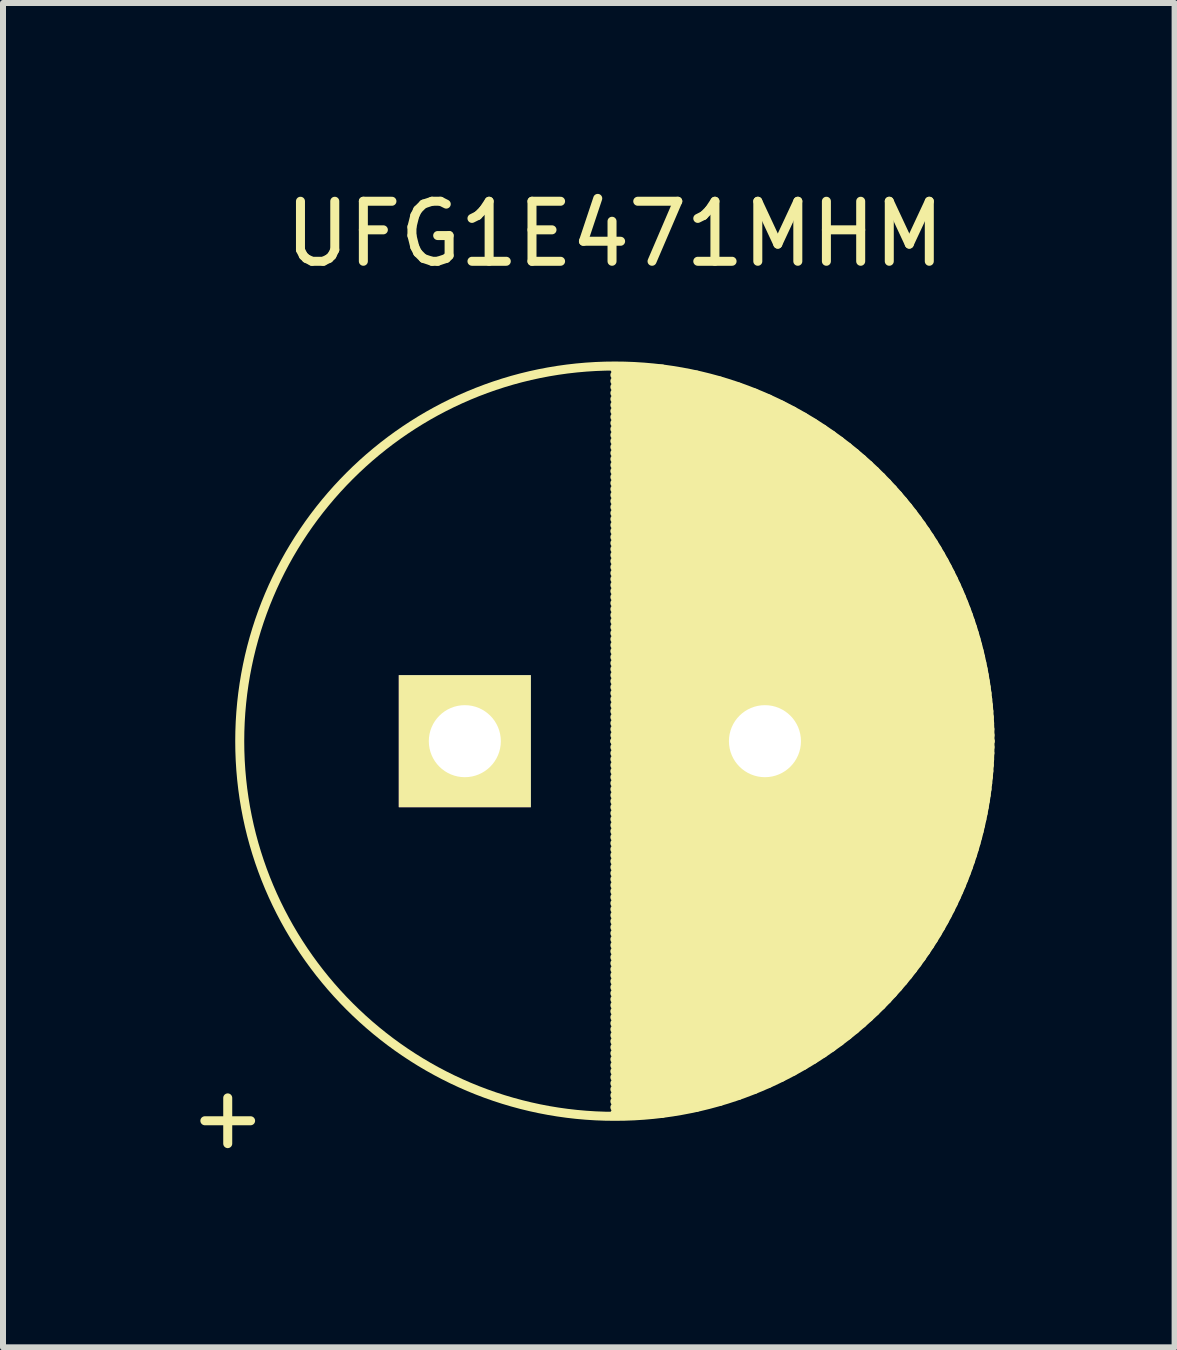
<source format=kicad_pcb>
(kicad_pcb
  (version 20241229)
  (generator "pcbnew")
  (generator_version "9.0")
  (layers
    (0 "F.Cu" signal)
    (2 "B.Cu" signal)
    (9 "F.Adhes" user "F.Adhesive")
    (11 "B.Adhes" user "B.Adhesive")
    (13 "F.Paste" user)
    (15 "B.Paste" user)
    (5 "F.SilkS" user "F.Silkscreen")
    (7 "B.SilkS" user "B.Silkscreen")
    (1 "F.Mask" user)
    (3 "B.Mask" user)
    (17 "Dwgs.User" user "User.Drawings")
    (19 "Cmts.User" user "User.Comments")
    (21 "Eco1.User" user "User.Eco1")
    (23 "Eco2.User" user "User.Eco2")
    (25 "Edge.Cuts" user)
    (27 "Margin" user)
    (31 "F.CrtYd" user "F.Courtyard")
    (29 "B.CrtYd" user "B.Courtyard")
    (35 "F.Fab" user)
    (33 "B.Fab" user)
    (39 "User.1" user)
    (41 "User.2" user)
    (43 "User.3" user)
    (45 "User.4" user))
  (footprint "UFG1E471MHM"
    (layer "F.Cu")
    (at 4.694 9.298)
    (property "Reference" "UFG1E471MHM" (at 2.5 -8.45 0) (layer "F.SilkS") (effects (font (size 1 1) (thickness 0.15))))
    (attr through_hole)
    (fp_line (start 2.5 -6.2) (end 3.289 -6.2) (stroke (width 0.15) (type solid)) (layer "F.SilkS"))
    (fp_line (start 2.5 -6.1) (end 3.861 -6.1) (stroke (width 0.15) (type solid)) (layer "F.SilkS"))
    (fp_line (start 2.5 -6) (end 4.25 -6) (stroke (width 0.15) (type solid)) (layer "F.SilkS"))
    (fp_line (start 2.5 -5.9) (end 4.562 -5.9) (stroke (width 0.15) (type solid)) (layer "F.SilkS"))
    (fp_line (start 2.5 -5.8) (end 4.829 -5.8) (stroke (width 0.15) (type solid)) (layer "F.SilkS"))
    (fp_line (start 2.5 -5.7) (end 5.064 -5.7) (stroke (width 0.15) (type solid)) (layer "F.SilkS"))
    (fp_line (start 2.5 -5.6) (end 5.275 -5.6) (stroke (width 0.15) (type solid)) (layer "F.SilkS"))
    (fp_line (start 2.5 -5.5) (end 5.469 -5.5) (stroke (width 0.15) (type solid)) (layer "F.SilkS"))
    (fp_line (start 2.5 -5.4) (end 5.647 -5.4) (stroke (width 0.15) (type solid)) (layer "F.SilkS"))
    (fp_line (start 2.5 -5.3) (end 5.812 -5.3) (stroke (width 0.15) (type solid)) (layer "F.SilkS"))
    (fp_line (start 2.5 -5.2) (end 5.967 -5.2) (stroke (width 0.15) (type solid)) (layer "F.SilkS"))
    (fp_line (start 2.5 -5.1) (end 6.113 -5.1) (stroke (width 0.15) (type solid)) (layer "F.SilkS"))
    (fp_line (start 2.5 -5) (end 6.25 -5) (stroke (width 0.15) (type solid)) (layer "F.SilkS"))
    (fp_line (start 2.5 -4.9) (end 6.38 -4.9) (stroke (width 0.15) (type solid)) (layer "F.SilkS"))
    (fp_line (start 2.5 -4.8) (end 6.503 -4.8) (stroke (width 0.15) (type solid)) (layer "F.SilkS"))
    (fp_line (start 2.5 -4.7) (end 6.62 -4.7) (stroke (width 0.15) (type solid)) (layer "F.SilkS"))
    (fp_line (start 2.5 -4.6) (end 6.731 -4.6) (stroke (width 0.15) (type solid)) (layer "F.SilkS"))
    (fp_line (start 2.5 -4.5) (end 6.837 -4.5) (stroke (width 0.15) (type solid)) (layer "F.SilkS"))
    (fp_line (start 2.5 -4.4) (end 6.939 -4.4) (stroke (width 0.15) (type solid)) (layer "F.SilkS"))
    (fp_line (start 2.5 -4.3) (end 7.036 -4.3) (stroke (width 0.15) (type solid)) (layer "F.SilkS"))
    (fp_line (start 2.5 -4.2) (end 7.128 -4.2) (stroke (width 0.15) (type solid)) (layer "F.SilkS"))
    (fp_line (start 2.5 -4.1) (end 7.217 -4.1) (stroke (width 0.15) (type solid)) (layer "F.SilkS"))
    (fp_line (start 2.5 -4) (end 7.302 -4) (stroke (width 0.15) (type solid)) (layer "F.SilkS"))
    (fp_line (start 2.5 -3.9) (end 7.384 -3.9) (stroke (width 0.15) (type solid)) (layer "F.SilkS"))
    (fp_line (start 2.5 -3.8) (end 7.462 -3.8) (stroke (width 0.15) (type solid)) (layer "F.SilkS"))
    (fp_line (start 2.5 -3.7) (end 7.537 -3.7) (stroke (width 0.15) (type solid)) (layer "F.SilkS"))
    (fp_line (start 2.5 -3.6) (end 7.609 -3.6) (stroke (width 0.15) (type solid)) (layer "F.SilkS"))
    (fp_line (start 2.5 -3.5) (end 7.678 -3.5) (stroke (width 0.15) (type solid)) (layer "F.SilkS"))
    (fp_line (start 2.5 -3.4) (end 7.744 -3.4) (stroke (width 0.15) (type solid)) (layer "F.SilkS"))
    (fp_line (start 2.5 -3.3) (end 7.808 -3.3) (stroke (width 0.15) (type solid)) (layer "F.SilkS"))
    (fp_line (start 2.5 -3.2) (end 7.869 -3.2) (stroke (width 0.15) (type solid)) (layer "F.SilkS"))
    (fp_line (start 2.5 -3.1) (end 7.927 -3.1) (stroke (width 0.15) (type solid)) (layer "F.SilkS"))
    (fp_line (start 2.5 -3) (end 7.983 -3) (stroke (width 0.15) (type solid)) (layer "F.SilkS"))
    (fp_line (start 2.5 -2.9) (end 8.036 -2.9) (stroke (width 0.15) (type solid)) (layer "F.SilkS"))
    (fp_line (start 2.5 -2.8) (end 8.088 -2.8) (stroke (width 0.15) (type solid)) (layer "F.SilkS"))
    (fp_line (start 2.5 -2.7) (end 8.137 -2.7) (stroke (width 0.15) (type solid)) (layer "F.SilkS"))
    (fp_line (start 2.5 -2.6) (end 8.184 -2.6) (stroke (width 0.15) (type solid)) (layer "F.SilkS"))
    (fp_line (start 2.5 -2.5) (end 8.228 -2.5) (stroke (width 0.15) (type solid)) (layer "F.SilkS"))
    (fp_line (start 2.5 -2.4) (end 8.271 -2.4) (stroke (width 0.15) (type solid)) (layer "F.SilkS"))
    (fp_line (start 2.5 -2.3) (end 8.311 -2.3) (stroke (width 0.15) (type solid)) (layer "F.SilkS"))
    (fp_line (start 2.5 -2.2) (end 8.35 -2.2) (stroke (width 0.15) (type solid)) (layer "F.SilkS"))
    (fp_line (start 2.5 -2.1) (end 8.387 -2.1) (stroke (width 0.15) (type solid)) (layer "F.SilkS"))
    (fp_line (start 2.5 -2) (end 8.421 -2) (stroke (width 0.15) (type solid)) (layer "F.SilkS"))
    (fp_line (start 2.5 -1.9) (end 8.454 -1.9) (stroke (width 0.15) (type solid)) (layer "F.SilkS"))
    (fp_line (start 2.5 -1.8) (end 8.485 -1.8) (stroke (width 0.15) (type solid)) (layer "F.SilkS"))
    (fp_line (start 2.5 -1.7) (end 8.514 -1.7) (stroke (width 0.15) (type solid)) (layer "F.SilkS"))
    (fp_line (start 2.5 -1.6) (end 8.542 -1.6) (stroke (width 0.15) (type solid)) (layer "F.SilkS"))
    (fp_line (start 2.5 -1.5) (end 8.567 -1.5) (stroke (width 0.15) (type solid)) (layer "F.SilkS"))
    (fp_line (start 2.5 -1.4) (end 8.591 -1.4) (stroke (width 0.15) (type solid)) (layer "F.SilkS"))
    (fp_line (start 2.5 -1.3) (end 8.613 -1.3) (stroke (width 0.15) (type solid)) (layer "F.SilkS"))
    (fp_line (start 2.5 -1.2) (end 8.634 -1.2) (stroke (width 0.15) (type solid)) (layer "F.SilkS"))
    (fp_line (start 2.5 -1.1) (end 8.652 -1.1) (stroke (width 0.15) (type solid)) (layer "F.SilkS"))
    (fp_line (start 2.5 -1) (end 8.669 -1) (stroke (width 0.15) (type solid)) (layer "F.SilkS"))
    (fp_line (start 2.5 -0.9) (end 8.685 -0.9) (stroke (width 0.15) (type solid)) (layer "F.SilkS"))
    (fp_line (start 2.5 -0.8) (end 8.699 -0.8) (stroke (width 0.15) (type solid)) (layer "F.SilkS"))
    (fp_line (start 2.5 -0.7) (end 8.711 -0.7) (stroke (width 0.15) (type solid)) (layer "F.SilkS"))
    (fp_line (start 2.5 -0.6) (end 8.721 -0.6) (stroke (width 0.15) (type solid)) (layer "F.SilkS"))
    (fp_line (start 2.5 -0.5) (end 8.73 -0.5) (stroke (width 0.15) (type solid)) (layer "F.SilkS"))
    (fp_line (start 2.5 -0.4) (end 8.737 -0.4) (stroke (width 0.15) (type solid)) (layer "F.SilkS"))
    (fp_line (start 2.5 -0.3) (end 8.743 -0.3) (stroke (width 0.15) (type solid)) (layer "F.SilkS"))
    (fp_line (start 2.5 -0.2) (end 8.747 -0.2) (stroke (width 0.15) (type solid)) (layer "F.SilkS"))
    (fp_line (start 2.5 -0.1) (end 8.749 -0.1) (stroke (width 0.15) (type solid)) (layer "F.SilkS"))
    (fp_line (start 2.5 0) (end 8.75 0) (stroke (width 0.15) (type solid)) (layer "F.SilkS"))
    (fp_line (start 2.5 0) (end 8.75 0) (stroke (width 0.15) (type solid)) (layer "F.SilkS"))
    (fp_line (start 2.5 0.1) (end 8.749 0.1) (stroke (width 0.15) (type solid)) (layer "F.SilkS"))
    (fp_line (start 2.5 0.2) (end 8.747 0.2) (stroke (width 0.15) (type solid)) (layer "F.SilkS"))
    (fp_line (start 2.5 0.3) (end 8.743 0.3) (stroke (width 0.15) (type solid)) (layer "F.SilkS"))
    (fp_line (start 2.5 0.4) (end 8.737 0.4) (stroke (width 0.15) (type solid)) (layer "F.SilkS"))
    (fp_line (start 2.5 0.5) (end 8.73 0.5) (stroke (width 0.15) (type solid)) (layer "F.SilkS"))
    (fp_line (start 2.5 0.6) (end 8.721 0.6) (stroke (width 0.15) (type solid)) (layer "F.SilkS"))
    (fp_line (start 2.5 0.7) (end 8.711 0.7) (stroke (width 0.15) (type solid)) (layer "F.SilkS"))
    (fp_line (start 2.5 0.8) (end 8.699 0.8) (stroke (width 0.15) (type solid)) (layer "F.SilkS"))
    (fp_line (start 2.5 0.9) (end 8.685 0.9) (stroke (width 0.15) (type solid)) (layer "F.SilkS"))
    (fp_line (start 2.5 1) (end 8.669 1) (stroke (width 0.15) (type solid)) (layer "F.SilkS"))
    (fp_line (start 2.5 1.1) (end 8.652 1.1) (stroke (width 0.15) (type solid)) (layer "F.SilkS"))
    (fp_line (start 2.5 1.2) (end 8.634 1.2) (stroke (width 0.15) (type solid)) (layer "F.SilkS"))
    (fp_line (start 2.5 1.3) (end 8.613 1.3) (stroke (width 0.15) (type solid)) (layer "F.SilkS"))
    (fp_line (start 2.5 1.4) (end 8.591 1.4) (stroke (width 0.15) (type solid)) (layer "F.SilkS"))
    (fp_line (start 2.5 1.5) (end 8.567 1.5) (stroke (width 0.15) (type solid)) (layer "F.SilkS"))
    (fp_line (start 2.5 1.6) (end 8.542 1.6) (stroke (width 0.15) (type solid)) (layer "F.SilkS"))
    (fp_line (start 2.5 1.7) (end 8.514 1.7) (stroke (width 0.15) (type solid)) (layer "F.SilkS"))
    (fp_line (start 2.5 1.8) (end 8.485 1.8) (stroke (width 0.15) (type solid)) (layer "F.SilkS"))
    (fp_line (start 2.5 1.9) (end 8.454 1.9) (stroke (width 0.15) (type solid)) (layer "F.SilkS"))
    (fp_line (start 2.5 2) (end 8.421 2) (stroke (width 0.15) (type solid)) (layer "F.SilkS"))
    (fp_line (start 2.5 2.1) (end 8.387 2.1) (stroke (width 0.15) (type solid)) (layer "F.SilkS"))
    (fp_line (start 2.5 2.2) (end 8.35 2.2) (stroke (width 0.15) (type solid)) (layer "F.SilkS"))
    (fp_line (start 2.5 2.3) (end 8.311 2.3) (stroke (width 0.15) (type solid)) (layer "F.SilkS"))
    (fp_line (start 2.5 2.4) (end 8.271 2.4) (stroke (width 0.15) (type solid)) (layer "F.SilkS"))
    (fp_line (start 2.5 2.5) (end 8.228 2.5) (stroke (width 0.15) (type solid)) (layer "F.SilkS"))
    (fp_line (start 2.5 2.6) (end 8.184 2.6) (stroke (width 0.15) (type solid)) (layer "F.SilkS"))
    (fp_line (start 2.5 2.7) (end 8.137 2.7) (stroke (width 0.15) (type solid)) (layer "F.SilkS"))
    (fp_line (start 2.5 2.8) (end 8.088 2.8) (stroke (width 0.15) (type solid)) (layer "F.SilkS"))
    (fp_line (start 2.5 2.9) (end 8.036 2.9) (stroke (width 0.15) (type solid)) (layer "F.SilkS"))
    (fp_line (start 2.5 3) (end 7.983 3) (stroke (width 0.15) (type solid)) (layer "F.SilkS"))
    (fp_line (start 2.5 3.1) (end 7.927 3.1) (stroke (width 0.15) (type solid)) (layer "F.SilkS"))
    (fp_line (start 2.5 3.2) (end 7.869 3.2) (stroke (width 0.15) (type solid)) (layer "F.SilkS"))
    (fp_line (start 2.5 3.3) (end 7.808 3.3) (stroke (width 0.15) (type solid)) (layer "F.SilkS"))
    (fp_line (start 2.5 3.4) (end 7.744 3.4) (stroke (width 0.15) (type solid)) (layer "F.SilkS"))
    (fp_line (start 2.5 3.5) (end 7.678 3.5) (stroke (width 0.15) (type solid)) (layer "F.SilkS"))
    (fp_line (start 2.5 3.6) (end 7.609 3.6) (stroke (width 0.15) (type solid)) (layer "F.SilkS"))
    (fp_line (start 2.5 3.7) (end 7.537 3.7) (stroke (width 0.15) (type solid)) (layer "F.SilkS"))
    (fp_line (start 2.5 3.8) (end 7.462 3.8) (stroke (width 0.15) (type solid)) (layer "F.SilkS"))
    (fp_line (start 2.5 3.9) (end 7.384 3.9) (stroke (width 0.15) (type solid)) (layer "F.SilkS"))
    (fp_line (start 2.5 4) (end 7.302 4) (stroke (width 0.15) (type solid)) (layer "F.SilkS"))
    (fp_line (start 2.5 4.1) (end 7.217 4.1) (stroke (width 0.15) (type solid)) (layer "F.SilkS"))
    (fp_line (start 2.5 4.2) (end 7.128 4.2) (stroke (width 0.15) (type solid)) (layer "F.SilkS"))
    (fp_line (start 2.5 4.3) (end 7.036 4.3) (stroke (width 0.15) (type solid)) (layer "F.SilkS"))
    (fp_line (start 2.5 4.4) (end 6.939 4.4) (stroke (width 0.15) (type solid)) (layer "F.SilkS"))
    (fp_line (start 2.5 4.5) (end 6.837 4.5) (stroke (width 0.15) (type solid)) (layer "F.SilkS"))
    (fp_line (start 2.5 4.6) (end 6.731 4.6) (stroke (width 0.15) (type solid)) (layer "F.SilkS"))
    (fp_line (start 2.5 4.7) (end 6.62 4.7) (stroke (width 0.15) (type solid)) (layer "F.SilkS"))
    (fp_line (start 2.5 4.8) (end 6.503 4.8) (stroke (width 0.15) (type solid)) (layer "F.SilkS"))
    (fp_line (start 2.5 4.9) (end 6.38 4.9) (stroke (width 0.15) (type solid)) (layer "F.SilkS"))
    (fp_line (start 2.5 5) (end 6.25 5) (stroke (width 0.15) (type solid)) (layer "F.SilkS"))
    (fp_line (start 2.5 5.1) (end 6.113 5.1) (stroke (width 0.15) (type solid)) (layer "F.SilkS"))
    (fp_line (start 2.5 5.2) (end 5.967 5.2) (stroke (width 0.15) (type solid)) (layer "F.SilkS"))
    (fp_line (start 2.5 5.3) (end 5.812 5.3) (stroke (width 0.15) (type solid)) (layer "F.SilkS"))
    (fp_line (start 2.5 5.4) (end 5.647 5.4) (stroke (width 0.15) (type solid)) (layer "F.SilkS"))
    (fp_line (start 2.5 5.5) (end 5.469 5.5) (stroke (width 0.15) (type solid)) (layer "F.SilkS"))
    (fp_line (start 2.5 5.6) (end 5.275 5.6) (stroke (width 0.15) (type solid)) (layer "F.SilkS"))
    (fp_line (start 2.5 5.7) (end 5.064 5.7) (stroke (width 0.15) (type solid)) (layer "F.SilkS"))
    (fp_line (start 2.5 5.8) (end 4.829 5.8) (stroke (width 0.15) (type solid)) (layer "F.SilkS"))
    (fp_line (start 2.5 5.9) (end 4.562 5.9) (stroke (width 0.15) (type solid)) (layer "F.SilkS"))
    (fp_line (start 2.5 6) (end 4.25 6) (stroke (width 0.15) (type solid)) (layer "F.SilkS"))
    (fp_line (start 2.5 6.1) (end 3.861 6.1) (stroke (width 0.15) (type solid)) (layer "F.SilkS"))
    (fp_line (start 2.5 6.2) (end 3.289 6.2) (stroke (width 0.15) (type solid)) (layer "F.SilkS"))
    (fp_circle (center 2.5 0) (end 2.5 -6.25) (stroke (width 0.15) (type solid)) (fill no) (layer "F.SilkS"))
    (fp_text user "+" (at -3.95 6.25 0) (layer "F.SilkS") (effects (font (size 1 1) (thickness 0.15))))
    (pad "1" thru_hole rect (at 0 0) (size 2.2 2.2) (drill 1.2) (layers "*.Cu" "*.Mask" "F.SilkS"))
    (pad "2" thru_hole circle (at 5 0) (size 2.2 2.2) (drill 1.2) (layers "*.Cu" "*.Mask" "F.SilkS")))
  (gr_rect
    (start -3 -3)
    (end 16.519 19.396)
    (stroke (width 0.1) (type default))
    (fill no)
    (layer "Edge.Cuts")))
</source>
